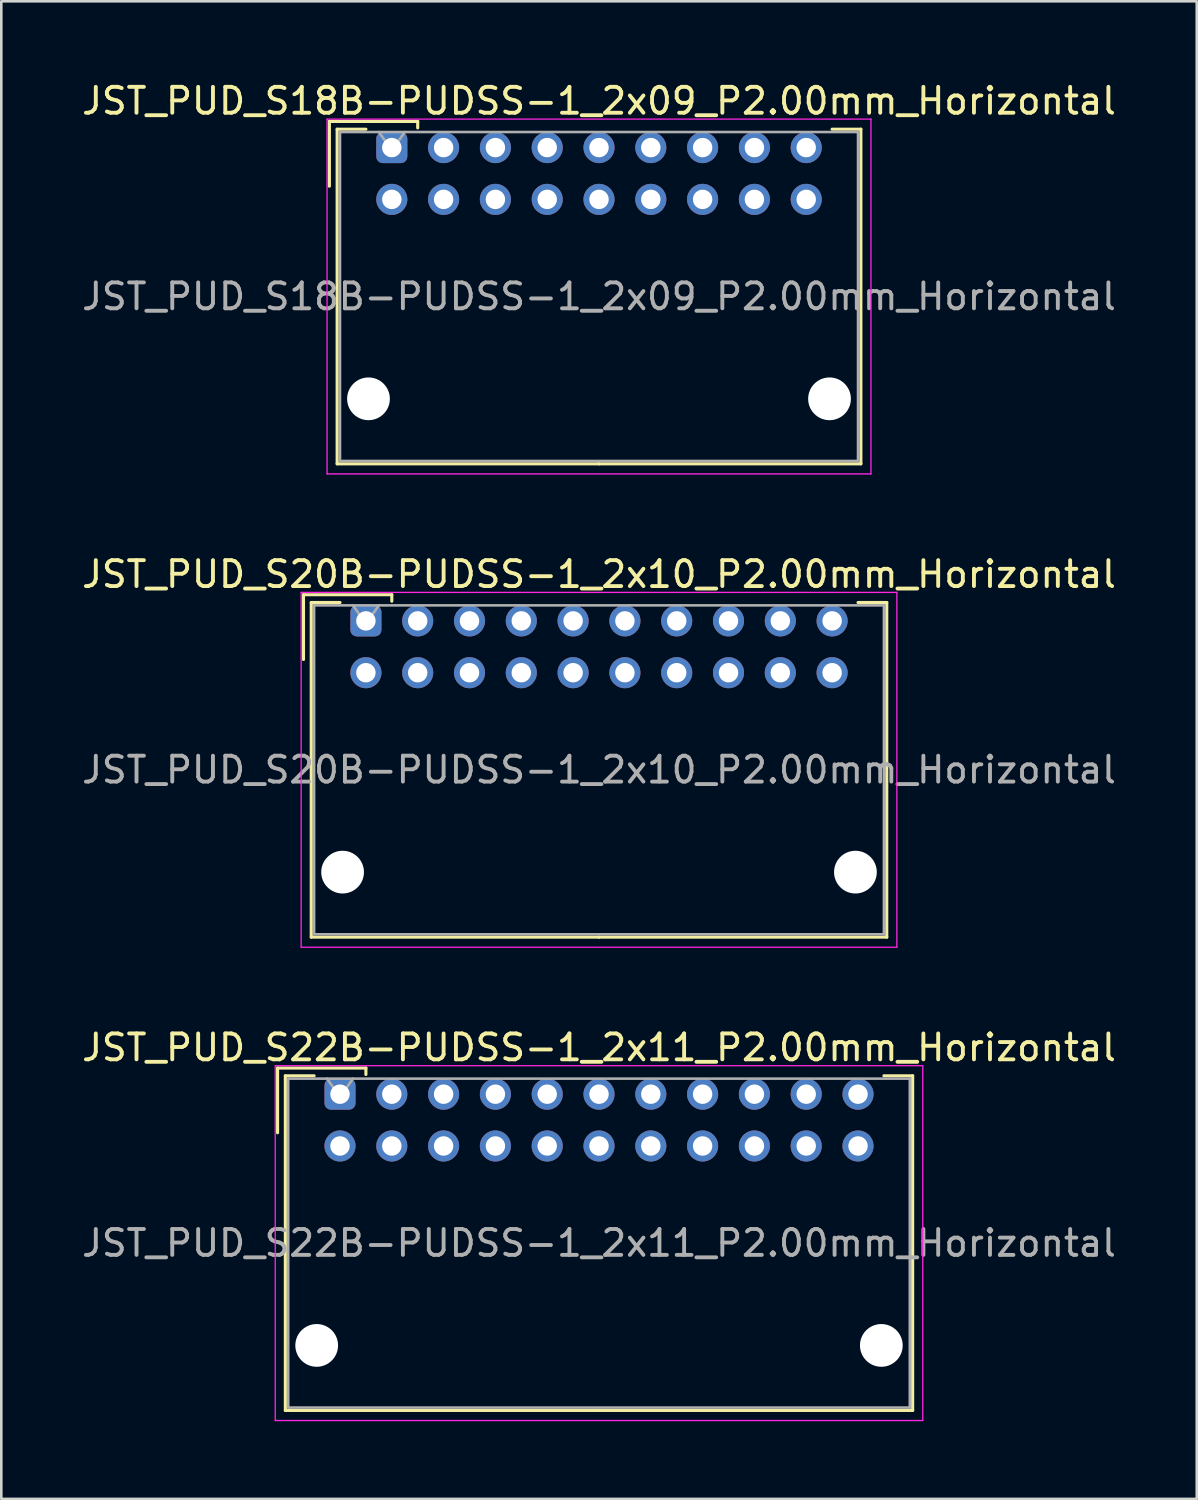
<source format=kicad_pcb>
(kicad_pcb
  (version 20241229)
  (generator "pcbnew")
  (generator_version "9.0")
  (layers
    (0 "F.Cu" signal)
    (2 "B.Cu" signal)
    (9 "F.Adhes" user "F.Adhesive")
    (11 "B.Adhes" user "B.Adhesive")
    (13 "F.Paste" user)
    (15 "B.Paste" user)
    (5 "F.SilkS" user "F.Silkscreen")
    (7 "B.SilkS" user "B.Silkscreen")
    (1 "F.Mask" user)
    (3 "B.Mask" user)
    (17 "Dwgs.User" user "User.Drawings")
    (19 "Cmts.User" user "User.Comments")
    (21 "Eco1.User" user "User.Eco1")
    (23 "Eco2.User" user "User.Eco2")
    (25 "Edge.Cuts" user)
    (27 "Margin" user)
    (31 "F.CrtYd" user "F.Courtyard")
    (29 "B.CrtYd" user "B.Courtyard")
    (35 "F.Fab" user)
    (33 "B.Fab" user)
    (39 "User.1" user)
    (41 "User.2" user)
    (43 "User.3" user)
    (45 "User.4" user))
  (footprint "JST_PUD_S22B-PUDSS-1_2x11_P2.00mm_Horizontal"
    (layer "F.Cu")
    (at 10.077 39.195)
    (property "Reference" "JST_PUD_S22B-PUDSS-1_2x11_P2.00mm_Horizontal" (at 10 -1.8 0) (layer "F.SilkS") (effects (font (size 1 1) (thickness 0.15))))
    (attr through_hole)
    (fp_line (start -2.41 -1.01) (end -2.41 1.49) (stroke (width 0.12) (type solid)) (layer "F.SilkS"))
    (fp_line (start -2.11 -0.71) (end -2.11 12.21) (stroke (width 0.12) (type solid)) (layer "F.SilkS"))
    (fp_line (start -2.11 12.21) (end 10 12.21) (stroke (width 0.12) (type solid)) (layer "F.SilkS"))
    (fp_line (start -1 -0.71) (end -2.11 -0.71) (stroke (width 0.12) (type solid)) (layer "F.SilkS"))
    (fp_line (start 1 -1.01) (end -2.41 -1.01) (stroke (width 0.12) (type solid)) (layer "F.SilkS"))
    (fp_line (start 1 -0.76) (end 1 -1.01) (stroke (width 0.12) (type solid)) (layer "F.SilkS"))
    (fp_line (start 21 -0.71) (end 22.11 -0.71) (stroke (width 0.12) (type solid)) (layer "F.SilkS"))
    (fp_line (start 22.11 -0.71) (end 22.11 12.21) (stroke (width 0.12) (type solid)) (layer "F.SilkS"))
    (fp_line (start 22.11 12.21) (end 10 12.21) (stroke (width 0.12) (type solid)) (layer "F.SilkS"))
    (fp_line (start -2.5 -1.1) (end -2.5 12.6) (stroke (width 0.05) (type solid)) (layer "F.CrtYd"))
    (fp_line (start -2.5 12.6) (end 22.5 12.6) (stroke (width 0.05) (type solid)) (layer "F.CrtYd"))
    (fp_line (start 22.5 -1.1) (end -2.5 -1.1) (stroke (width 0.05) (type solid)) (layer "F.CrtYd"))
    (fp_line (start 22.5 12.6) (end 22.5 -1.1) (stroke (width 0.05) (type solid)) (layer "F.CrtYd"))
    (fp_line (start -2 -0.6) (end -2 12.1) (stroke (width 0.1) (type solid)) (layer "F.Fab"))
    (fp_line (start -2 12.1) (end 22 12.1) (stroke (width 0.1) (type solid)) (layer "F.Fab"))
    (fp_line (start 0 0.107) (end -0.5 -0.6) (stroke (width 0.1) (type solid)) (layer "F.Fab"))
    (fp_line (start 0.5 -0.6) (end 0 0.107) (stroke (width 0.1) (type solid)) (layer "F.Fab"))
    (fp_line (start 22 -0.6) (end -2 -0.6) (stroke (width 0.1) (type solid)) (layer "F.Fab"))
    (fp_line (start 22 12.1) (end 22 -0.6) (stroke (width 0.1) (type solid)) (layer "F.Fab"))
    (fp_text user "${REFERENCE}" (at 10 5.75 0) (layer "F.Fab") (effects (font (size 1 1) (thickness 0.15))))
    (pad "" np_thru_hole circle (at -0.9 9.7) (size 1.65 1.65) (drill 1.65) (layers "*.Cu" "*.Mask"))
    (pad "" np_thru_hole circle (at 20.9 9.7) (size 1.65 1.65) (drill 1.65) (layers "*.Cu" "*.Mask"))
    (pad "1" thru_hole roundrect (at 0 0) (size 1.2 1.2) (drill 0.75) (layers "*.Cu" "*.Mask") (roundrect_rratio 0.208))
    (pad "2" thru_hole circle (at 0 2) (size 1.2 1.2) (drill 0.75) (layers "*.Cu" "*.Mask"))
    (pad "3" thru_hole circle (at 2 0) (size 1.2 1.2) (drill 0.75) (layers "*.Cu" "*.Mask"))
    (pad "4" thru_hole circle (at 2 2) (size 1.2 1.2) (drill 0.75) (layers "*.Cu" "*.Mask"))
    (pad "5" thru_hole circle (at 4 0) (size 1.2 1.2) (drill 0.75) (layers "*.Cu" "*.Mask"))
    (pad "6" thru_hole circle (at 4 2) (size 1.2 1.2) (drill 0.75) (layers "*.Cu" "*.Mask"))
    (pad "7" thru_hole circle (at 6 0) (size 1.2 1.2) (drill 0.75) (layers "*.Cu" "*.Mask"))
    (pad "8" thru_hole circle (at 6 2) (size 1.2 1.2) (drill 0.75) (layers "*.Cu" "*.Mask"))
    (pad "9" thru_hole circle (at 8 0) (size 1.2 1.2) (drill 0.75) (layers "*.Cu" "*.Mask"))
    (pad "10" thru_hole circle (at 8 2) (size 1.2 1.2) (drill 0.75) (layers "*.Cu" "*.Mask"))
    (pad "11" thru_hole circle (at 10 0) (size 1.2 1.2) (drill 0.75) (layers "*.Cu" "*.Mask"))
    (pad "12" thru_hole circle (at 10 2) (size 1.2 1.2) (drill 0.75) (layers "*.Cu" "*.Mask"))
    (pad "13" thru_hole circle (at 12 0) (size 1.2 1.2) (drill 0.75) (layers "*.Cu" "*.Mask"))
    (pad "14" thru_hole circle (at 12 2) (size 1.2 1.2) (drill 0.75) (layers "*.Cu" "*.Mask"))
    (pad "15" thru_hole circle (at 14 0) (size 1.2 1.2) (drill 0.75) (layers "*.Cu" "*.Mask"))
    (pad "16" thru_hole circle (at 14 2) (size 1.2 1.2) (drill 0.75) (layers "*.Cu" "*.Mask"))
    (pad "17" thru_hole circle (at 16 0) (size 1.2 1.2) (drill 0.75) (layers "*.Cu" "*.Mask"))
    (pad "18" thru_hole circle (at 16 2) (size 1.2 1.2) (drill 0.75) (layers "*.Cu" "*.Mask"))
    (pad "19" thru_hole circle (at 18 0) (size 1.2 1.2) (drill 0.75) (layers "*.Cu" "*.Mask"))
    (pad "20" thru_hole circle (at 18 2) (size 1.2 1.2) (drill 0.75) (layers "*.Cu" "*.Mask"))
    (pad "21" thru_hole circle (at 20 0) (size 1.2 1.2) (drill 0.75) (layers "*.Cu" "*.Mask"))
    (pad "22" thru_hole circle (at 20 2) (size 1.2 1.2) (drill 0.75) (layers "*.Cu" "*.Mask")))
  (footprint "JST_PUD_S20B-PUDSS-1_2x10_P2.00mm_Horizontal"
    (layer "F.Cu")
    (at 11.077 20.922)
    (property "Reference" "JST_PUD_S20B-PUDSS-1_2x10_P2.00mm_Horizontal" (at 9 -1.8 0) (layer "F.SilkS") (effects (font (size 1 1) (thickness 0.15))))
    (attr through_hole)
    (fp_line (start -2.41 -1.01) (end -2.41 1.49) (stroke (width 0.12) (type solid)) (layer "F.SilkS"))
    (fp_line (start -2.11 -0.71) (end -2.11 12.21) (stroke (width 0.12) (type solid)) (layer "F.SilkS"))
    (fp_line (start -2.11 12.21) (end 9 12.21) (stroke (width 0.12) (type solid)) (layer "F.SilkS"))
    (fp_line (start -1 -0.71) (end -2.11 -0.71) (stroke (width 0.12) (type solid)) (layer "F.SilkS"))
    (fp_line (start 1 -1.01) (end -2.41 -1.01) (stroke (width 0.12) (type solid)) (layer "F.SilkS"))
    (fp_line (start 1 -0.76) (end 1 -1.01) (stroke (width 0.12) (type solid)) (layer "F.SilkS"))
    (fp_line (start 19 -0.71) (end 20.11 -0.71) (stroke (width 0.12) (type solid)) (layer "F.SilkS"))
    (fp_line (start 20.11 -0.71) (end 20.11 12.21) (stroke (width 0.12) (type solid)) (layer "F.SilkS"))
    (fp_line (start 20.11 12.21) (end 9 12.21) (stroke (width 0.12) (type solid)) (layer "F.SilkS"))
    (fp_line (start -2.5 -1.1) (end -2.5 12.6) (stroke (width 0.05) (type solid)) (layer "F.CrtYd"))
    (fp_line (start -2.5 12.6) (end 20.5 12.6) (stroke (width 0.05) (type solid)) (layer "F.CrtYd"))
    (fp_line (start 20.5 -1.1) (end -2.5 -1.1) (stroke (width 0.05) (type solid)) (layer "F.CrtYd"))
    (fp_line (start 20.5 12.6) (end 20.5 -1.1) (stroke (width 0.05) (type solid)) (layer "F.CrtYd"))
    (fp_line (start -2 -0.6) (end -2 12.1) (stroke (width 0.1) (type solid)) (layer "F.Fab"))
    (fp_line (start -2 12.1) (end 20 12.1) (stroke (width 0.1) (type solid)) (layer "F.Fab"))
    (fp_line (start 0 0.107) (end -0.5 -0.6) (stroke (width 0.1) (type solid)) (layer "F.Fab"))
    (fp_line (start 0.5 -0.6) (end 0 0.107) (stroke (width 0.1) (type solid)) (layer "F.Fab"))
    (fp_line (start 20 -0.6) (end -2 -0.6) (stroke (width 0.1) (type solid)) (layer "F.Fab"))
    (fp_line (start 20 12.1) (end 20 -0.6) (stroke (width 0.1) (type solid)) (layer "F.Fab"))
    (fp_text user "${REFERENCE}" (at 9 5.75 0) (layer "F.Fab") (effects (font (size 1 1) (thickness 0.15))))
    (pad "" np_thru_hole circle (at -0.9 9.7) (size 1.65 1.65) (drill 1.65) (layers "*.Cu" "*.Mask"))
    (pad "" np_thru_hole circle (at 18.9 9.7) (size 1.65 1.65) (drill 1.65) (layers "*.Cu" "*.Mask"))
    (pad "1" thru_hole roundrect (at 0 0) (size 1.2 1.2) (drill 0.75) (layers "*.Cu" "*.Mask") (roundrect_rratio 0.208))
    (pad "2" thru_hole circle (at 0 2) (size 1.2 1.2) (drill 0.75) (layers "*.Cu" "*.Mask"))
    (pad "3" thru_hole circle (at 2 0) (size 1.2 1.2) (drill 0.75) (layers "*.Cu" "*.Mask"))
    (pad "4" thru_hole circle (at 2 2) (size 1.2 1.2) (drill 0.75) (layers "*.Cu" "*.Mask"))
    (pad "5" thru_hole circle (at 4 0) (size 1.2 1.2) (drill 0.75) (layers "*.Cu" "*.Mask"))
    (pad "6" thru_hole circle (at 4 2) (size 1.2 1.2) (drill 0.75) (layers "*.Cu" "*.Mask"))
    (pad "7" thru_hole circle (at 6 0) (size 1.2 1.2) (drill 0.75) (layers "*.Cu" "*.Mask"))
    (pad "8" thru_hole circle (at 6 2) (size 1.2 1.2) (drill 0.75) (layers "*.Cu" "*.Mask"))
    (pad "9" thru_hole circle (at 8 0) (size 1.2 1.2) (drill 0.75) (layers "*.Cu" "*.Mask"))
    (pad "10" thru_hole circle (at 8 2) (size 1.2 1.2) (drill 0.75) (layers "*.Cu" "*.Mask"))
    (pad "11" thru_hole circle (at 10 0) (size 1.2 1.2) (drill 0.75) (layers "*.Cu" "*.Mask"))
    (pad "12" thru_hole circle (at 10 2) (size 1.2 1.2) (drill 0.75) (layers "*.Cu" "*.Mask"))
    (pad "13" thru_hole circle (at 12 0) (size 1.2 1.2) (drill 0.75) (layers "*.Cu" "*.Mask"))
    (pad "14" thru_hole circle (at 12 2) (size 1.2 1.2) (drill 0.75) (layers "*.Cu" "*.Mask"))
    (pad "15" thru_hole circle (at 14 0) (size 1.2 1.2) (drill 0.75) (layers "*.Cu" "*.Mask"))
    (pad "16" thru_hole circle (at 14 2) (size 1.2 1.2) (drill 0.75) (layers "*.Cu" "*.Mask"))
    (pad "17" thru_hole circle (at 16 0) (size 1.2 1.2) (drill 0.75) (layers "*.Cu" "*.Mask"))
    (pad "18" thru_hole circle (at 16 2) (size 1.2 1.2) (drill 0.75) (layers "*.Cu" "*.Mask"))
    (pad "19" thru_hole circle (at 18 0) (size 1.2 1.2) (drill 0.75) (layers "*.Cu" "*.Mask"))
    (pad "20" thru_hole circle (at 18 2) (size 1.2 1.2) (drill 0.75) (layers "*.Cu" "*.Mask")))
  (footprint "JST_PUD_S18B-PUDSS-1_2x09_P2.00mm_Horizontal"
    (layer "F.Cu")
    (at 12.077 2.648)
    (property "Reference" "JST_PUD_S18B-PUDSS-1_2x09_P2.00mm_Horizontal" (at 8 -1.8 0) (layer "F.SilkS") (effects (font (size 1 1) (thickness 0.15))))
    (attr through_hole)
    (fp_line (start -2.41 -1.01) (end -2.41 1.49) (stroke (width 0.12) (type solid)) (layer "F.SilkS"))
    (fp_line (start -2.11 -0.71) (end -2.11 12.21) (stroke (width 0.12) (type solid)) (layer "F.SilkS"))
    (fp_line (start -2.11 12.21) (end 8 12.21) (stroke (width 0.12) (type solid)) (layer "F.SilkS"))
    (fp_line (start -1 -0.71) (end -2.11 -0.71) (stroke (width 0.12) (type solid)) (layer "F.SilkS"))
    (fp_line (start 1 -1.01) (end -2.41 -1.01) (stroke (width 0.12) (type solid)) (layer "F.SilkS"))
    (fp_line (start 1 -0.76) (end 1 -1.01) (stroke (width 0.12) (type solid)) (layer "F.SilkS"))
    (fp_line (start 17 -0.71) (end 18.11 -0.71) (stroke (width 0.12) (type solid)) (layer "F.SilkS"))
    (fp_line (start 18.11 -0.71) (end 18.11 12.21) (stroke (width 0.12) (type solid)) (layer "F.SilkS"))
    (fp_line (start 18.11 12.21) (end 8 12.21) (stroke (width 0.12) (type solid)) (layer "F.SilkS"))
    (fp_line (start -2.5 -1.1) (end -2.5 12.6) (stroke (width 0.05) (type solid)) (layer "F.CrtYd"))
    (fp_line (start -2.5 12.6) (end 18.5 12.6) (stroke (width 0.05) (type solid)) (layer "F.CrtYd"))
    (fp_line (start 18.5 -1.1) (end -2.5 -1.1) (stroke (width 0.05) (type solid)) (layer "F.CrtYd"))
    (fp_line (start 18.5 12.6) (end 18.5 -1.1) (stroke (width 0.05) (type solid)) (layer "F.CrtYd"))
    (fp_line (start -2 -0.6) (end -2 12.1) (stroke (width 0.1) (type solid)) (layer "F.Fab"))
    (fp_line (start -2 12.1) (end 18 12.1) (stroke (width 0.1) (type solid)) (layer "F.Fab"))
    (fp_line (start 0 0.107) (end -0.5 -0.6) (stroke (width 0.1) (type solid)) (layer "F.Fab"))
    (fp_line (start 0.5 -0.6) (end 0 0.107) (stroke (width 0.1) (type solid)) (layer "F.Fab"))
    (fp_line (start 18 -0.6) (end -2 -0.6) (stroke (width 0.1) (type solid)) (layer "F.Fab"))
    (fp_line (start 18 12.1) (end 18 -0.6) (stroke (width 0.1) (type solid)) (layer "F.Fab"))
    (fp_text user "${REFERENCE}" (at 8 5.75 0) (layer "F.Fab") (effects (font (size 1 1) (thickness 0.15))))
    (pad "" np_thru_hole circle (at -0.9 9.7) (size 1.65 1.65) (drill 1.65) (layers "*.Cu" "*.Mask"))
    (pad "" np_thru_hole circle (at 16.9 9.7) (size 1.65 1.65) (drill 1.65) (layers "*.Cu" "*.Mask"))
    (pad "1" thru_hole roundrect (at 0 0) (size 1.2 1.2) (drill 0.75) (layers "*.Cu" "*.Mask") (roundrect_rratio 0.208))
    (pad "2" thru_hole circle (at 0 2) (size 1.2 1.2) (drill 0.75) (layers "*.Cu" "*.Mask"))
    (pad "3" thru_hole circle (at 2 0) (size 1.2 1.2) (drill 0.75) (layers "*.Cu" "*.Mask"))
    (pad "4" thru_hole circle (at 2 2) (size 1.2 1.2) (drill 0.75) (layers "*.Cu" "*.Mask"))
    (pad "5" thru_hole circle (at 4 0) (size 1.2 1.2) (drill 0.75) (layers "*.Cu" "*.Mask"))
    (pad "6" thru_hole circle (at 4 2) (size 1.2 1.2) (drill 0.75) (layers "*.Cu" "*.Mask"))
    (pad "7" thru_hole circle (at 6 0) (size 1.2 1.2) (drill 0.75) (layers "*.Cu" "*.Mask"))
    (pad "8" thru_hole circle (at 6 2) (size 1.2 1.2) (drill 0.75) (layers "*.Cu" "*.Mask"))
    (pad "9" thru_hole circle (at 8 0) (size 1.2 1.2) (drill 0.75) (layers "*.Cu" "*.Mask"))
    (pad "10" thru_hole circle (at 8 2) (size 1.2 1.2) (drill 0.75) (layers "*.Cu" "*.Mask"))
    (pad "11" thru_hole circle (at 10 0) (size 1.2 1.2) (drill 0.75) (layers "*.Cu" "*.Mask"))
    (pad "12" thru_hole circle (at 10 2) (size 1.2 1.2) (drill 0.75) (layers "*.Cu" "*.Mask"))
    (pad "13" thru_hole circle (at 12 0) (size 1.2 1.2) (drill 0.75) (layers "*.Cu" "*.Mask"))
    (pad "14" thru_hole circle (at 12 2) (size 1.2 1.2) (drill 0.75) (layers "*.Cu" "*.Mask"))
    (pad "15" thru_hole circle (at 14 0) (size 1.2 1.2) (drill 0.75) (layers "*.Cu" "*.Mask"))
    (pad "16" thru_hole circle (at 14 2) (size 1.2 1.2) (drill 0.75) (layers "*.Cu" "*.Mask"))
    (pad "17" thru_hole circle (at 16 0) (size 1.2 1.2) (drill 0.75) (layers "*.Cu" "*.Mask"))
    (pad "18" thru_hole circle (at 16 2) (size 1.2 1.2) (drill 0.75) (layers "*.Cu" "*.Mask")))
  (gr_rect
    (start -3 -3)
    (end 43.155 54.82)
    (stroke (width 0.1) (type default))
    (fill no)
    (layer "Edge.Cuts")))
</source>
